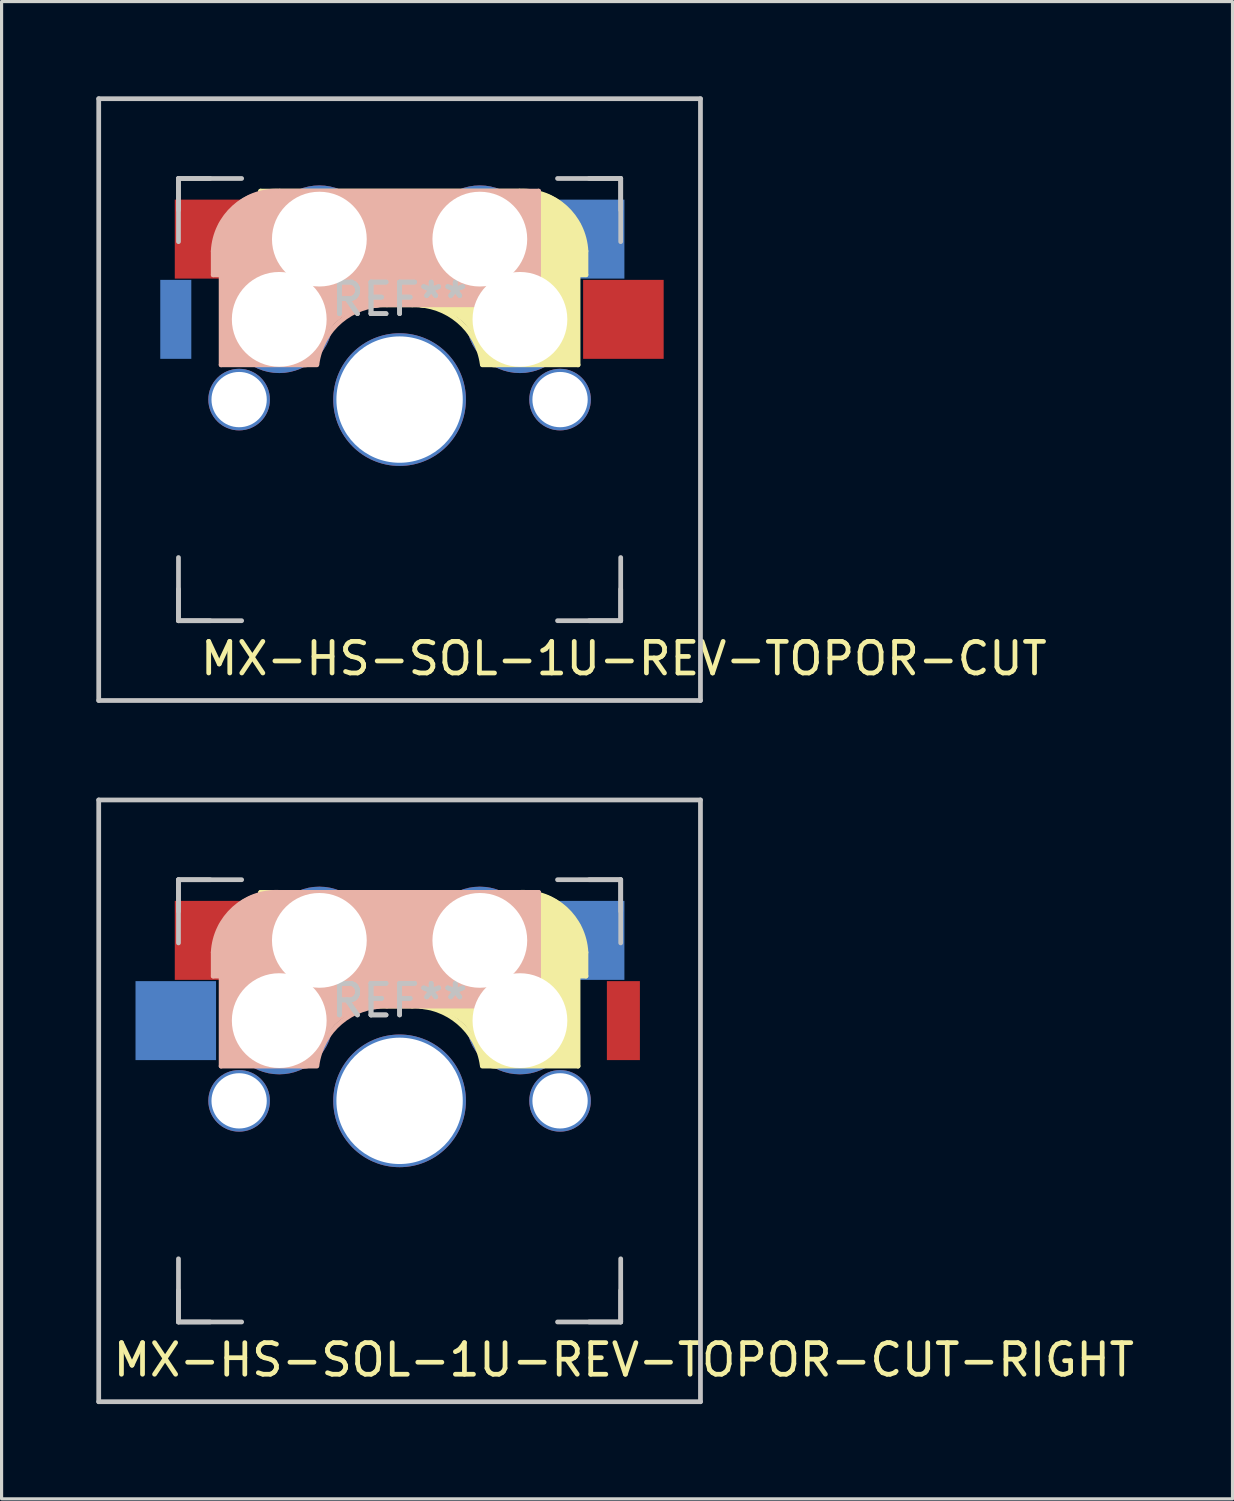
<source format=kicad_pcb>
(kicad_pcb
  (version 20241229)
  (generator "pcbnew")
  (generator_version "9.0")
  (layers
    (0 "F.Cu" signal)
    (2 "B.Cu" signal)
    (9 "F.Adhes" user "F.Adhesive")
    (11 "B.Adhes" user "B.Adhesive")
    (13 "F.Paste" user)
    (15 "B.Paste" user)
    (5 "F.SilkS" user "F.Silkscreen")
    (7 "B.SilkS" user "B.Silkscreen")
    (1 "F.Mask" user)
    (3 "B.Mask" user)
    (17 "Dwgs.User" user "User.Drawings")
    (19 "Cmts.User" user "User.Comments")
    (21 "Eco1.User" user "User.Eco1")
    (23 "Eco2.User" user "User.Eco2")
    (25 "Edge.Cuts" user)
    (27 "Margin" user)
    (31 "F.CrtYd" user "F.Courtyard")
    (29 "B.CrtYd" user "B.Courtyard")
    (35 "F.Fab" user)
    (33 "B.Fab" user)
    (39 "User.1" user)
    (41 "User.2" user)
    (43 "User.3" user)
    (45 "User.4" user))
  (footprint "MX-HS-SOL-1U-REV-TOPOR-CUT"
    (layer "F.Cu")
    (at 9.6 9.6)
    (property "Reference" "MX-HS-SOL-1U-REV-TOPOR-CUT" (at 7.1 8.2 0) (layer "F.SilkS") (effects (font (size 1 1) (thickness 0.15))))
    (attr through_hole)
    (fp_line (start -4.4 -6.6) (end 3.8 -6.6) (stroke (width 0.15) (type solid)) (layer "F.SilkS"))
    (fp_line (start -4.4 -3) (end -4.4 -6.6) (stroke (width 0.15) (type solid)) (layer "F.SilkS"))
    (fp_line (start -4.38 -4) (end -4.38 -6.25) (stroke (width 0.15) (type solid)) (layer "F.SilkS"))
    (fp_line (start -4.25 -6.4) (end -3 -6.4) (stroke (width 0.4) (type solid)) (layer "F.SilkS"))
    (fp_line (start -4.2 -3.25) (end -2.9 -3.3) (stroke (width 0.5) (type solid)) (layer "F.SilkS"))
    (fp_line (start -3.9 -6) (end -3.9 -3.5) (stroke (width 1) (type solid)) (layer "F.SilkS"))
    (fp_line (start -2.6 -4.8) (end 4.1 -4.8) (stroke (width 3.5) (type solid)) (layer "F.SilkS"))
    (fp_line (start 0.4 -3) (end -4.4 -3) (stroke (width 0.15) (type solid)) (layer "F.SilkS"))
    (fp_line (start 4.17 -5.1) (end 4.17 -2.86) (stroke (width 3) (type solid)) (layer "F.SilkS"))
    (fp_line (start 5.3 -1.6) (end 5.3 -3.4) (stroke (width 0.8) (type solid)) (layer "F.SilkS"))
    (fp_line (start 5.45 -1.3) (end 3 -1.3) (stroke (width 0.5) (type solid)) (layer "F.SilkS"))
    (fp_line (start 5.65 -5.55) (end 5.65 -1.1) (stroke (width 0.15) (type solid)) (layer "F.SilkS"))
    (fp_line (start 5.65 -1.1) (end 2.62 -1.1) (stroke (width 0.15) (type solid)) (layer "F.SilkS"))
    (fp_line (start 5.8 -4.05) (end 5.8 -4.7) (stroke (width 0.3) (type solid)) (layer "F.SilkS"))
    (fp_line (start 5.9 -4.7) (end 5.9 -3.95) (stroke (width 0.15) (type solid)) (layer "F.SilkS"))
    (fp_line (start 5.9 -3.95) (end 5.7 -3.95) (stroke (width 0.15) (type solid)) (layer "F.SilkS"))
    (fp_arc (start 0.4 -3) (mid 1.868709 -2.486118) (end 2.616318 -1.121471) (stroke (width 0.15) (type solid)) (layer "F.SilkS"))
    (fp_arc (start 0.8 -3.4) (mid 2.268709 -2.886118) (end 3.016318 -1.521471) (stroke (width 1) (type solid)) (layer "F.SilkS"))
    (fp_arc (start 3.800001 -6.6) (mid 5.243504 -6.084924) (end 5.9 -4.699999) (stroke (width 0.15) (type solid)) (layer "F.SilkS"))
    (fp_line (start -5.9 -4.7) (end -5.9 -3.95) (stroke (width 0.15) (type solid)) (layer "B.SilkS"))
    (fp_line (start -5.9 -3.95) (end -5.7 -3.95) (stroke (width 0.15) (type solid)) (layer "B.SilkS"))
    (fp_line (start -5.8 -4.05) (end -5.8 -4.7) (stroke (width 0.3) (type solid)) (layer "B.SilkS"))
    (fp_line (start -5.65 -5.55) (end -5.65 -1.1) (stroke (width 0.15) (type solid)) (layer "B.SilkS"))
    (fp_line (start -5.65 -1.1) (end -2.62 -1.1) (stroke (width 0.15) (type solid)) (layer "B.SilkS"))
    (fp_line (start -5.45 -1.3) (end -3 -1.3) (stroke (width 0.5) (type solid)) (layer "B.SilkS"))
    (fp_line (start -5.3 -1.6) (end -5.3 -3.4) (stroke (width 0.8) (type solid)) (layer "B.SilkS"))
    (fp_line (start -4.17 -5.1) (end -4.17 -2.86) (stroke (width 3) (type solid)) (layer "B.SilkS"))
    (fp_line (start -0.4 -3) (end 4.4 -3) (stroke (width 0.15) (type solid)) (layer "B.SilkS"))
    (fp_line (start 2.6 -4.8) (end -4.1 -4.8) (stroke (width 3.5) (type solid)) (layer "B.SilkS"))
    (fp_line (start 3.9 -6) (end 3.9 -3.5) (stroke (width 1) (type solid)) (layer "B.SilkS"))
    (fp_line (start 4.2 -3.25) (end 2.9 -3.3) (stroke (width 0.5) (type solid)) (layer "B.SilkS"))
    (fp_line (start 4.25 -6.4) (end 3 -6.4) (stroke (width 0.4) (type solid)) (layer "B.SilkS"))
    (fp_line (start 4.38 -4) (end 4.38 -6.25) (stroke (width 0.15) (type solid)) (layer "B.SilkS"))
    (fp_line (start 4.4 -6.6) (end -3.8 -6.6) (stroke (width 0.15) (type solid)) (layer "B.SilkS"))
    (fp_line (start 4.4 -3) (end 4.4 -6.6) (stroke (width 0.15) (type solid)) (layer "B.SilkS"))
    (fp_arc (start -5.9 -4.699999) (mid -5.243504 -6.084924) (end -3.800001 -6.6) (stroke (width 0.15) (type solid)) (layer "B.SilkS"))
    (fp_arc (start -3.016318 -1.521471) (mid -2.268709 -2.886118) (end -0.8 -3.4) (stroke (width 1) (type solid)) (layer "B.SilkS"))
    (fp_arc (start -2.616318 -1.121471) (mid -1.868709 -2.486118) (end -0.4 -3) (stroke (width 0.15) (type solid)) (layer "B.SilkS"))
    (fp_line (start -9.525 -9.525) (end 9.525 -9.525) (stroke (width 0.15) (type solid)) (layer "Dwgs.User"))
    (fp_line (start -9.525 9.525) (end -9.525 -9.525) (stroke (width 0.15) (type solid)) (layer "Dwgs.User"))
    (fp_line (start -7 -7) (end -7 -5) (stroke (width 0.15) (type solid)) (layer "Dwgs.User"))
    (fp_line (start -7 -7) (end -6 -7) (stroke (width 0.15) (type solid)) (layer "Dwgs.User"))
    (fp_line (start -7 -6) (end -7 -7) (stroke (width 0.15) (type solid)) (layer "Dwgs.User"))
    (fp_line (start -7 6) (end -7 7) (stroke (width 0.15) (type solid)) (layer "Dwgs.User"))
    (fp_line (start -7 7) (end -7 5) (stroke (width 0.15) (type solid)) (layer "Dwgs.User"))
    (fp_line (start -7 7) (end -6 7) (stroke (width 0.15) (type solid)) (layer "Dwgs.User"))
    (fp_line (start -5 -7) (end -7 -7) (stroke (width 0.15) (type solid)) (layer "Dwgs.User"))
    (fp_line (start -5 7) (end -7 7) (stroke (width 0.15) (type solid)) (layer "Dwgs.User"))
    (fp_line (start 5 7) (end 7 7) (stroke (width 0.15) (type solid)) (layer "Dwgs.User"))
    (fp_line (start 6 7) (end 7 7) (stroke (width 0.15) (type solid)) (layer "Dwgs.User"))
    (fp_line (start 7 -7) (end 5 -7) (stroke (width 0.15) (type solid)) (layer "Dwgs.User"))
    (fp_line (start 7 -7) (end 6 -7) (stroke (width 0.15) (type solid)) (layer "Dwgs.User"))
    (fp_line (start 7 -7) (end 7 -6) (stroke (width 0.15) (type solid)) (layer "Dwgs.User"))
    (fp_line (start 7 -5) (end 7 -7) (stroke (width 0.15) (type solid)) (layer "Dwgs.User"))
    (fp_line (start 7 7) (end 7 5) (stroke (width 0.15) (type solid)) (layer "Dwgs.User"))
    (fp_line (start 7 7) (end 7 6) (stroke (width 0.15) (type solid)) (layer "Dwgs.User"))
    (fp_line (start 9.525 -9.525) (end 9.525 9.525) (stroke (width 0.15) (type solid)) (layer "Dwgs.User"))
    (fp_line (start 9.525 9.525) (end -9.525 9.525) (stroke (width 0.15) (type solid)) (layer "Dwgs.User"))
    (fp_text user "REF**" (at 0 -3.175 180) (layer "Dwgs.User") (effects (font (size 1 1) (thickness 0.15))))
    (fp_text user "REF**" (at 0 -3.175 180) (layer "Dwgs.User") (effects (font (size 1 1) (thickness 0.15))))
    (pad "" np_thru_hole circle (at -5.08 0) (size 1.95 1.95) (drill 1.75) (layers "*.Cu" "*.Mask"))
    (pad "" np_thru_hole circle (at 0 0 90) (size 4.2 4.2) (drill 4) (layers "*.Cu" "*.Mask"))
    (pad "" np_thru_hole circle (at 5.08 0 228.099) (size 1.95 1.95) (drill 1.75) (layers "*.Cu" "*.Mask"))
    (pad "1" smd rect (at -7.085 -2.54 180) (size 0.983 2.5) (layers "B.Cu" "B.Mask" "B.Paste"))
    (pad "1" smd rect (at -5.842 -5.08 180) (size 2.55 2.5) (layers "F.Cu" "F.Mask" "F.Paste"))
    (pad "1" thru_hole circle (at -3.81 -2.54) (size 3.4 3.4) (drill 3) (layers "*.Cu" "*.Mask"))
    (pad "1" thru_hole circle (at -2.54 -5.08) (size 3.4 3.4) (drill 3) (layers "*.Cu" "*.Mask"))
    (pad "2" thru_hole circle (at 2.54 -5.08) (size 3.4 3.4) (drill 3) (layers "*.Cu" "*.Mask"))
    (pad "2" thru_hole circle (at 3.81 -2.54) (size 3.4 3.4) (drill 3) (layers "*.Cu" "*.Mask"))
    (pad "2" smd rect (at 5.842 -5.08 180) (size 2.55 2.5) (layers "B.Cu" "B.Mask" "B.Paste"))
    (pad "2" smd rect (at 7.085 -2.54 180) (size 2.55 2.5) (layers "F.Cu" "F.Mask" "F.Paste")))
  (footprint "MX-HS-SOL-1U-REV-TOPOR-CUT-RIGHT"
    (layer "F.Cu")
    (at 9.6 31.8)
    (property "Reference" "MX-HS-SOL-1U-REV-TOPOR-CUT-RIGHT" (at 7.1 8.2 0) (layer "F.SilkS") (effects (font (size 1 1) (thickness 0.15))))
    (attr through_hole)
    (fp_line (start -4.4 -6.6) (end 3.8 -6.6) (stroke (width 0.15) (type solid)) (layer "F.SilkS"))
    (fp_line (start -4.4 -3) (end -4.4 -6.6) (stroke (width 0.15) (type solid)) (layer "F.SilkS"))
    (fp_line (start -4.38 -4) (end -4.38 -6.25) (stroke (width 0.15) (type solid)) (layer "F.SilkS"))
    (fp_line (start -4.25 -6.4) (end -3 -6.4) (stroke (width 0.4) (type solid)) (layer "F.SilkS"))
    (fp_line (start -4.2 -3.25) (end -2.9 -3.3) (stroke (width 0.5) (type solid)) (layer "F.SilkS"))
    (fp_line (start -3.9 -6) (end -3.9 -3.5) (stroke (width 1) (type solid)) (layer "F.SilkS"))
    (fp_line (start -2.6 -4.8) (end 4.1 -4.8) (stroke (width 3.5) (type solid)) (layer "F.SilkS"))
    (fp_line (start 0.4 -3) (end -4.4 -3) (stroke (width 0.15) (type solid)) (layer "F.SilkS"))
    (fp_line (start 4.17 -5.1) (end 4.17 -2.86) (stroke (width 3) (type solid)) (layer "F.SilkS"))
    (fp_line (start 5.3 -1.6) (end 5.3 -3.4) (stroke (width 0.8) (type solid)) (layer "F.SilkS"))
    (fp_line (start 5.45 -1.3) (end 3 -1.3) (stroke (width 0.5) (type solid)) (layer "F.SilkS"))
    (fp_line (start 5.65 -5.55) (end 5.65 -1.1) (stroke (width 0.15) (type solid)) (layer "F.SilkS"))
    (fp_line (start 5.65 -1.1) (end 2.62 -1.1) (stroke (width 0.15) (type solid)) (layer "F.SilkS"))
    (fp_line (start 5.8 -4.05) (end 5.8 -4.7) (stroke (width 0.3) (type solid)) (layer "F.SilkS"))
    (fp_line (start 5.9 -4.7) (end 5.9 -3.95) (stroke (width 0.15) (type solid)) (layer "F.SilkS"))
    (fp_line (start 5.9 -3.95) (end 5.7 -3.95) (stroke (width 0.15) (type solid)) (layer "F.SilkS"))
    (fp_arc (start 0.4 -3) (mid 1.868709 -2.486118) (end 2.616318 -1.121471) (stroke (width 0.15) (type solid)) (layer "F.SilkS"))
    (fp_arc (start 0.8 -3.4) (mid 2.268709 -2.886118) (end 3.016318 -1.521471) (stroke (width 1) (type solid)) (layer "F.SilkS"))
    (fp_arc (start 3.800001 -6.6) (mid 5.243504 -6.084924) (end 5.9 -4.699999) (stroke (width 0.15) (type solid)) (layer "F.SilkS"))
    (fp_line (start -5.9 -4.7) (end -5.9 -3.95) (stroke (width 0.15) (type solid)) (layer "B.SilkS"))
    (fp_line (start -5.9 -3.95) (end -5.7 -3.95) (stroke (width 0.15) (type solid)) (layer "B.SilkS"))
    (fp_line (start -5.8 -4.05) (end -5.8 -4.7) (stroke (width 0.3) (type solid)) (layer "B.SilkS"))
    (fp_line (start -5.65 -5.55) (end -5.65 -1.1) (stroke (width 0.15) (type solid)) (layer "B.SilkS"))
    (fp_line (start -5.65 -1.1) (end -2.62 -1.1) (stroke (width 0.15) (type solid)) (layer "B.SilkS"))
    (fp_line (start -5.45 -1.3) (end -3 -1.3) (stroke (width 0.5) (type solid)) (layer "B.SilkS"))
    (fp_line (start -5.3 -1.6) (end -5.3 -3.4) (stroke (width 0.8) (type solid)) (layer "B.SilkS"))
    (fp_line (start -4.17 -5.1) (end -4.17 -2.86) (stroke (width 3) (type solid)) (layer "B.SilkS"))
    (fp_line (start -0.4 -3) (end 4.4 -3) (stroke (width 0.15) (type solid)) (layer "B.SilkS"))
    (fp_line (start 2.6 -4.8) (end -4.1 -4.8) (stroke (width 3.5) (type solid)) (layer "B.SilkS"))
    (fp_line (start 3.9 -6) (end 3.9 -3.5) (stroke (width 1) (type solid)) (layer "B.SilkS"))
    (fp_line (start 4.2 -3.25) (end 2.9 -3.3) (stroke (width 0.5) (type solid)) (layer "B.SilkS"))
    (fp_line (start 4.25 -6.4) (end 3 -6.4) (stroke (width 0.4) (type solid)) (layer "B.SilkS"))
    (fp_line (start 4.38 -4) (end 4.38 -6.25) (stroke (width 0.15) (type solid)) (layer "B.SilkS"))
    (fp_line (start 4.4 -6.6) (end -3.8 -6.6) (stroke (width 0.15) (type solid)) (layer "B.SilkS"))
    (fp_line (start 4.4 -3) (end 4.4 -6.6) (stroke (width 0.15) (type solid)) (layer "B.SilkS"))
    (fp_arc (start -5.9 -4.699999) (mid -5.243504 -6.084924) (end -3.800001 -6.6) (stroke (width 0.15) (type solid)) (layer "B.SilkS"))
    (fp_arc (start -3.016318 -1.521471) (mid -2.268709 -2.886118) (end -0.8 -3.4) (stroke (width 1) (type solid)) (layer "B.SilkS"))
    (fp_arc (start -2.616318 -1.121471) (mid -1.868709 -2.486118) (end -0.4 -3) (stroke (width 0.15) (type solid)) (layer "B.SilkS"))
    (fp_line (start -9.525 -9.525) (end 9.525 -9.525) (stroke (width 0.15) (type solid)) (layer "Dwgs.User"))
    (fp_line (start -9.525 9.525) (end -9.525 -9.525) (stroke (width 0.15) (type solid)) (layer "Dwgs.User"))
    (fp_line (start -7 -7) (end -7 -5) (stroke (width 0.15) (type solid)) (layer "Dwgs.User"))
    (fp_line (start -7 -7) (end -6 -7) (stroke (width 0.15) (type solid)) (layer "Dwgs.User"))
    (fp_line (start -7 -6) (end -7 -7) (stroke (width 0.15) (type solid)) (layer "Dwgs.User"))
    (fp_line (start -7 6) (end -7 7) (stroke (width 0.15) (type solid)) (layer "Dwgs.User"))
    (fp_line (start -7 7) (end -7 5) (stroke (width 0.15) (type solid)) (layer "Dwgs.User"))
    (fp_line (start -7 7) (end -6 7) (stroke (width 0.15) (type solid)) (layer "Dwgs.User"))
    (fp_line (start -5 -7) (end -7 -7) (stroke (width 0.15) (type solid)) (layer "Dwgs.User"))
    (fp_line (start -5 7) (end -7 7) (stroke (width 0.15) (type solid)) (layer "Dwgs.User"))
    (fp_line (start 5 7) (end 7 7) (stroke (width 0.15) (type solid)) (layer "Dwgs.User"))
    (fp_line (start 6 7) (end 7 7) (stroke (width 0.15) (type solid)) (layer "Dwgs.User"))
    (fp_line (start 7 -7) (end 5 -7) (stroke (width 0.15) (type solid)) (layer "Dwgs.User"))
    (fp_line (start 7 -7) (end 6 -7) (stroke (width 0.15) (type solid)) (layer "Dwgs.User"))
    (fp_line (start 7 -7) (end 7 -6) (stroke (width 0.15) (type solid)) (layer "Dwgs.User"))
    (fp_line (start 7 -5) (end 7 -7) (stroke (width 0.15) (type solid)) (layer "Dwgs.User"))
    (fp_line (start 7 7) (end 7 5) (stroke (width 0.15) (type solid)) (layer "Dwgs.User"))
    (fp_line (start 7 7) (end 7 6) (stroke (width 0.15) (type solid)) (layer "Dwgs.User"))
    (fp_line (start 9.525 -9.525) (end 9.525 9.525) (stroke (width 0.15) (type solid)) (layer "Dwgs.User"))
    (fp_line (start 9.525 9.525) (end -9.525 9.525) (stroke (width 0.15) (type solid)) (layer "Dwgs.User"))
    (fp_text user "REF**" (at 0 -3.175 180) (layer "Dwgs.User") (effects (font (size 1 1) (thickness 0.15))))
    (fp_text user "REF**" (at 0 -3.175 180) (layer "Dwgs.User") (effects (font (size 1 1) (thickness 0.15))))
    (pad "" np_thru_hole circle (at -5.08 0) (size 1.95 1.95) (drill 1.75) (layers "*.Cu" "*.Mask"))
    (pad "" np_thru_hole circle (at 0 0 90) (size 4.2 4.2) (drill 4) (layers "*.Cu" "*.Mask"))
    (pad "" np_thru_hole circle (at 5.08 0 228.099) (size 1.95 1.95) (drill 1.75) (layers "*.Cu" "*.Mask"))
    (pad "1" smd rect (at -7.085 -2.54 180) (size 2.55 2.5) (layers "B.Cu" "B.Mask" "B.Paste"))
    (pad "1" smd rect (at -5.842 -5.08 180) (size 2.55 2.5) (layers "F.Cu" "F.Mask" "F.Paste"))
    (pad "1" thru_hole circle (at -3.81 -2.54) (size 3.4 3.4) (drill 3) (layers "*.Cu" "*.Mask"))
    (pad "1" thru_hole circle (at -2.54 -5.08) (size 3.4 3.4) (drill 3) (layers "*.Cu" "*.Mask"))
    (pad "2" thru_hole circle (at 2.54 -5.08) (size 3.4 3.4) (drill 3) (layers "*.Cu" "*.Mask"))
    (pad "2" thru_hole circle (at 3.81 -2.54) (size 3.4 3.4) (drill 3) (layers "*.Cu" "*.Mask"))
    (pad "2" smd rect (at 5.842 -5.08 180) (size 2.55 2.5) (layers "B.Cu" "B.Mask" "B.Paste"))
    (pad "2" smd rect (at 7.085 -2.54 180) (size 1.045 2.5) (layers "F.Cu" "F.Mask" "F.Paste")))
  (gr_rect
    (start -3 -3)
    (end 35.968 44.4)
    (stroke (width 0.1) (type default))
    (fill no)
    (layer "Edge.Cuts")))
</source>
